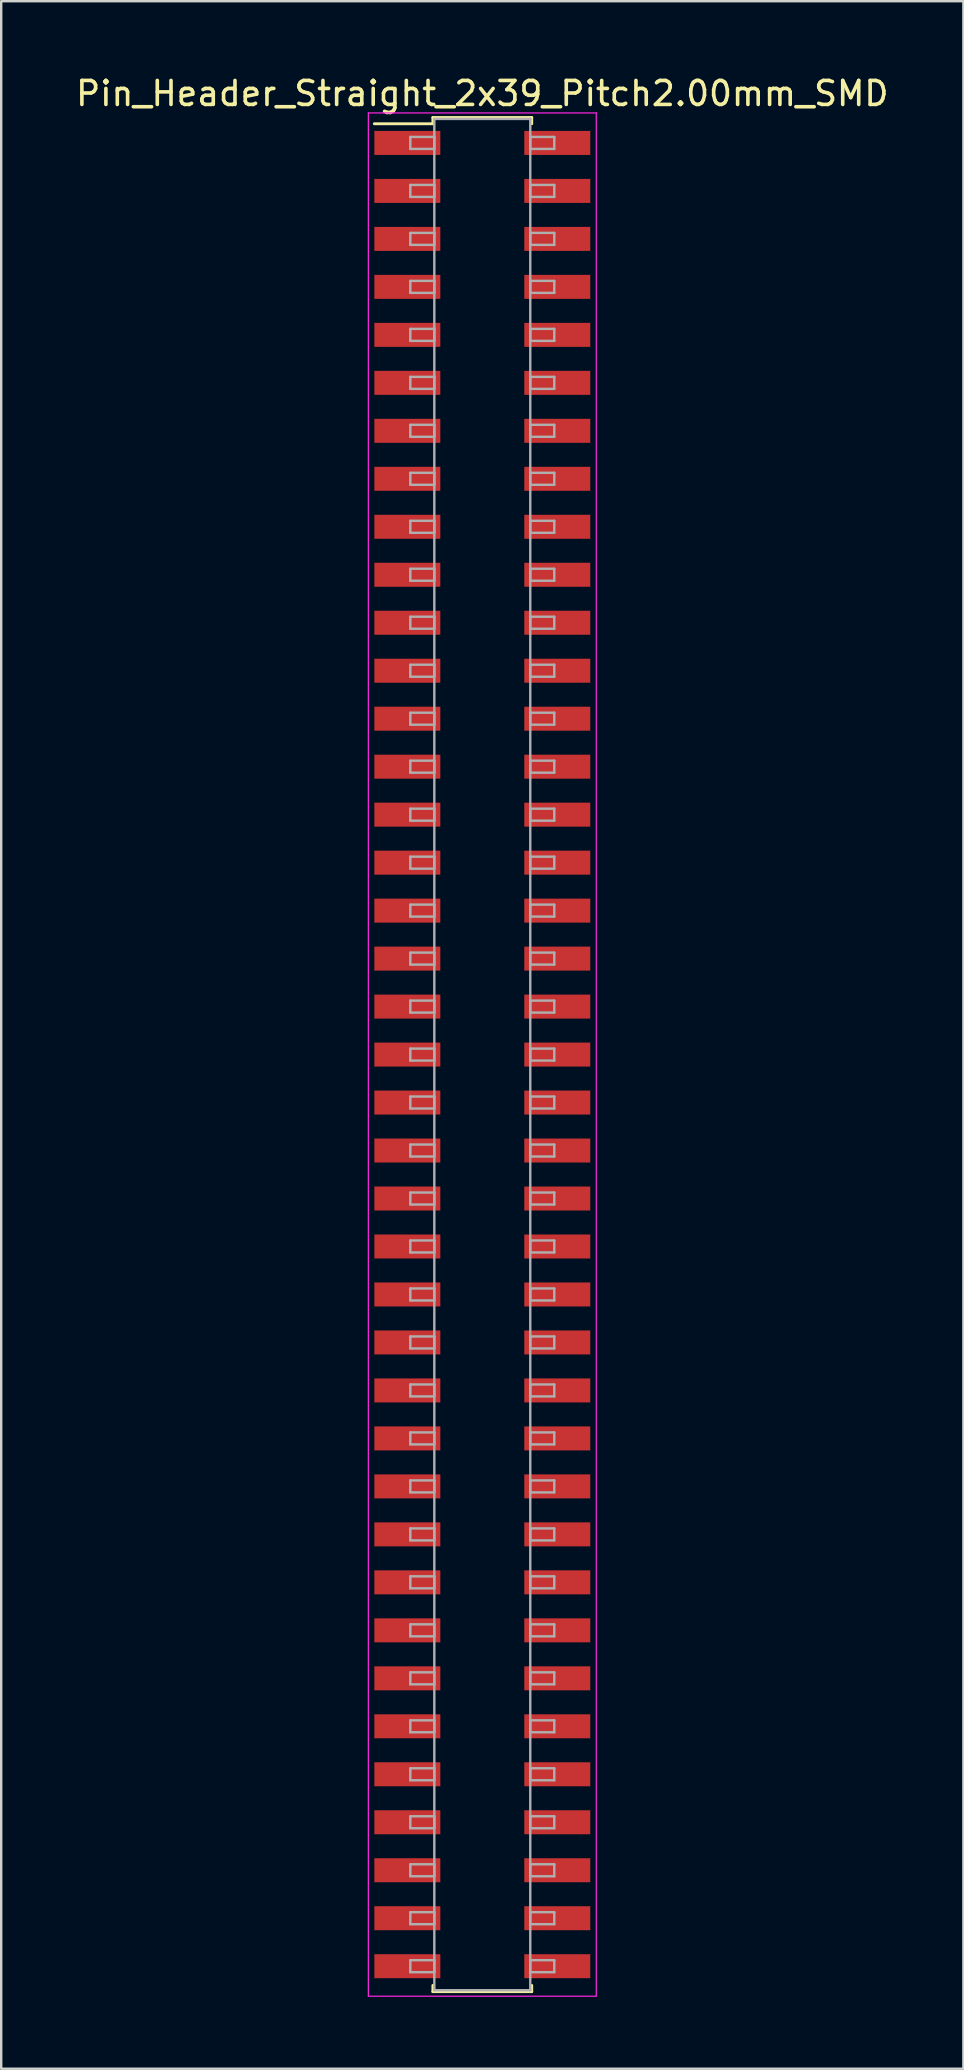
<source format=kicad_pcb>
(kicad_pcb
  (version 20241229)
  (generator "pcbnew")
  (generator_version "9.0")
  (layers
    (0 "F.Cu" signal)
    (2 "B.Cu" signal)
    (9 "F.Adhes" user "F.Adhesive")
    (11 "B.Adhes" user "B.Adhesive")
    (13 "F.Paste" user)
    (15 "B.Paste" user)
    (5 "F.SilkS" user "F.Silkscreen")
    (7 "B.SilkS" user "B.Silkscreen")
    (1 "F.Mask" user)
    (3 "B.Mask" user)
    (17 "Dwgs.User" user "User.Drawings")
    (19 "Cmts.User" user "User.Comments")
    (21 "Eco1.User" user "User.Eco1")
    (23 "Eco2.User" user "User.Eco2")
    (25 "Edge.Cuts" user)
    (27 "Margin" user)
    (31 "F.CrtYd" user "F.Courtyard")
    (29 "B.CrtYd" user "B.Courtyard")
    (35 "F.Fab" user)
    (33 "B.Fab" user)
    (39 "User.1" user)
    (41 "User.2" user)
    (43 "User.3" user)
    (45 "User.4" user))
  (footprint "Pin_Header_Straight_2x39_Pitch2.00mm_SMD"
    (layer "F.Cu")
    (at 17.054 40.908)
    (property "Reference" "Pin_Header_Straight_2x39_Pitch2.00mm_SMD" (at 0 -40.06 0) (layer "F.SilkS") (effects (font (size 1 1) (thickness 0.15))))
    (attr smd)
    (fp_line (start -4.5 -38.8) (end -2.06 -38.8) (stroke (width 0.12) (type solid)) (layer "F.SilkS"))
    (fp_line (start -2.06 -39.06) (end 2.06 -39.06) (stroke (width 0.12) (type solid)) (layer "F.SilkS"))
    (fp_line (start -2.06 -38.8) (end -2.06 -39.06) (stroke (width 0.12) (type solid)) (layer "F.SilkS"))
    (fp_line (start -2.06 38.8) (end -2.06 39.06) (stroke (width 0.12) (type solid)) (layer "F.SilkS"))
    (fp_line (start -2.06 39.06) (end 2.06 39.06) (stroke (width 0.12) (type solid)) (layer "F.SilkS"))
    (fp_line (start 2.06 -39.06) (end 2.06 -38.8) (stroke (width 0.12) (type solid)) (layer "F.SilkS"))
    (fp_line (start 2.06 39.06) (end 2.06 38.8) (stroke (width 0.12) (type solid)) (layer "F.SilkS"))
    (fp_line (start -4.75 -39.25) (end -4.75 39.25) (stroke (width 0.05) (type solid)) (layer "F.CrtYd"))
    (fp_line (start -4.75 39.25) (end 4.75 39.25) (stroke (width 0.05) (type solid)) (layer "F.CrtYd"))
    (fp_line (start 4.75 -39.25) (end -4.75 -39.25) (stroke (width 0.05) (type solid)) (layer "F.CrtYd"))
    (fp_line (start 4.75 39.25) (end 4.75 -39.25) (stroke (width 0.05) (type solid)) (layer "F.CrtYd"))
    (fp_line (start -3 -38.25) (end -2 -38.25) (stroke (width 0.1) (type solid)) (layer "F.Fab"))
    (fp_line (start -3 -37.75) (end -3 -38.25) (stroke (width 0.1) (type solid)) (layer "F.Fab"))
    (fp_line (start -3 -36.25) (end -2 -36.25) (stroke (width 0.1) (type solid)) (layer "F.Fab"))
    (fp_line (start -3 -35.75) (end -3 -36.25) (stroke (width 0.1) (type solid)) (layer "F.Fab"))
    (fp_line (start -3 -34.25) (end -2 -34.25) (stroke (width 0.1) (type solid)) (layer "F.Fab"))
    (fp_line (start -3 -33.75) (end -3 -34.25) (stroke (width 0.1) (type solid)) (layer "F.Fab"))
    (fp_line (start -3 -32.25) (end -2 -32.25) (stroke (width 0.1) (type solid)) (layer "F.Fab"))
    (fp_line (start -3 -31.75) (end -3 -32.25) (stroke (width 0.1) (type solid)) (layer "F.Fab"))
    (fp_line (start -3 -30.25) (end -2 -30.25) (stroke (width 0.1) (type solid)) (layer "F.Fab"))
    (fp_line (start -3 -29.75) (end -3 -30.25) (stroke (width 0.1) (type solid)) (layer "F.Fab"))
    (fp_line (start -3 -28.25) (end -2 -28.25) (stroke (width 0.1) (type solid)) (layer "F.Fab"))
    (fp_line (start -3 -27.75) (end -3 -28.25) (stroke (width 0.1) (type solid)) (layer "F.Fab"))
    (fp_line (start -3 -26.25) (end -2 -26.25) (stroke (width 0.1) (type solid)) (layer "F.Fab"))
    (fp_line (start -3 -25.75) (end -3 -26.25) (stroke (width 0.1) (type solid)) (layer "F.Fab"))
    (fp_line (start -3 -24.25) (end -2 -24.25) (stroke (width 0.1) (type solid)) (layer "F.Fab"))
    (fp_line (start -3 -23.75) (end -3 -24.25) (stroke (width 0.1) (type solid)) (layer "F.Fab"))
    (fp_line (start -3 -22.25) (end -2 -22.25) (stroke (width 0.1) (type solid)) (layer "F.Fab"))
    (fp_line (start -3 -21.75) (end -3 -22.25) (stroke (width 0.1) (type solid)) (layer "F.Fab"))
    (fp_line (start -3 -20.25) (end -2 -20.25) (stroke (width 0.1) (type solid)) (layer "F.Fab"))
    (fp_line (start -3 -19.75) (end -3 -20.25) (stroke (width 0.1) (type solid)) (layer "F.Fab"))
    (fp_line (start -3 -18.25) (end -2 -18.25) (stroke (width 0.1) (type solid)) (layer "F.Fab"))
    (fp_line (start -3 -17.75) (end -3 -18.25) (stroke (width 0.1) (type solid)) (layer "F.Fab"))
    (fp_line (start -3 -16.25) (end -2 -16.25) (stroke (width 0.1) (type solid)) (layer "F.Fab"))
    (fp_line (start -3 -15.75) (end -3 -16.25) (stroke (width 0.1) (type solid)) (layer "F.Fab"))
    (fp_line (start -3 -14.25) (end -2 -14.25) (stroke (width 0.1) (type solid)) (layer "F.Fab"))
    (fp_line (start -3 -13.75) (end -3 -14.25) (stroke (width 0.1) (type solid)) (layer "F.Fab"))
    (fp_line (start -3 -12.25) (end -2 -12.25) (stroke (width 0.1) (type solid)) (layer "F.Fab"))
    (fp_line (start -3 -11.75) (end -3 -12.25) (stroke (width 0.1) (type solid)) (layer "F.Fab"))
    (fp_line (start -3 -10.25) (end -2 -10.25) (stroke (width 0.1) (type solid)) (layer "F.Fab"))
    (fp_line (start -3 -9.75) (end -3 -10.25) (stroke (width 0.1) (type solid)) (layer "F.Fab"))
    (fp_line (start -3 -8.25) (end -2 -8.25) (stroke (width 0.1) (type solid)) (layer "F.Fab"))
    (fp_line (start -3 -7.75) (end -3 -8.25) (stroke (width 0.1) (type solid)) (layer "F.Fab"))
    (fp_line (start -3 -6.25) (end -2 -6.25) (stroke (width 0.1) (type solid)) (layer "F.Fab"))
    (fp_line (start -3 -5.75) (end -3 -6.25) (stroke (width 0.1) (type solid)) (layer "F.Fab"))
    (fp_line (start -3 -4.25) (end -2 -4.25) (stroke (width 0.1) (type solid)) (layer "F.Fab"))
    (fp_line (start -3 -3.75) (end -3 -4.25) (stroke (width 0.1) (type solid)) (layer "F.Fab"))
    (fp_line (start -3 -2.25) (end -2 -2.25) (stroke (width 0.1) (type solid)) (layer "F.Fab"))
    (fp_line (start -3 -1.75) (end -3 -2.25) (stroke (width 0.1) (type solid)) (layer "F.Fab"))
    (fp_line (start -3 -0.25) (end -2 -0.25) (stroke (width 0.1) (type solid)) (layer "F.Fab"))
    (fp_line (start -3 0.25) (end -3 -0.25) (stroke (width 0.1) (type solid)) (layer "F.Fab"))
    (fp_line (start -3 1.75) (end -2 1.75) (stroke (width 0.1) (type solid)) (layer "F.Fab"))
    (fp_line (start -3 2.25) (end -3 1.75) (stroke (width 0.1) (type solid)) (layer "F.Fab"))
    (fp_line (start -3 3.75) (end -2 3.75) (stroke (width 0.1) (type solid)) (layer "F.Fab"))
    (fp_line (start -3 4.25) (end -3 3.75) (stroke (width 0.1) (type solid)) (layer "F.Fab"))
    (fp_line (start -3 5.75) (end -2 5.75) (stroke (width 0.1) (type solid)) (layer "F.Fab"))
    (fp_line (start -3 6.25) (end -3 5.75) (stroke (width 0.1) (type solid)) (layer "F.Fab"))
    (fp_line (start -3 7.75) (end -2 7.75) (stroke (width 0.1) (type solid)) (layer "F.Fab"))
    (fp_line (start -3 8.25) (end -3 7.75) (stroke (width 0.1) (type solid)) (layer "F.Fab"))
    (fp_line (start -3 9.75) (end -2 9.75) (stroke (width 0.1) (type solid)) (layer "F.Fab"))
    (fp_line (start -3 10.25) (end -3 9.75) (stroke (width 0.1) (type solid)) (layer "F.Fab"))
    (fp_line (start -3 11.75) (end -2 11.75) (stroke (width 0.1) (type solid)) (layer "F.Fab"))
    (fp_line (start -3 12.25) (end -3 11.75) (stroke (width 0.1) (type solid)) (layer "F.Fab"))
    (fp_line (start -3 13.75) (end -2 13.75) (stroke (width 0.1) (type solid)) (layer "F.Fab"))
    (fp_line (start -3 14.25) (end -3 13.75) (stroke (width 0.1) (type solid)) (layer "F.Fab"))
    (fp_line (start -3 15.75) (end -2 15.75) (stroke (width 0.1) (type solid)) (layer "F.Fab"))
    (fp_line (start -3 16.25) (end -3 15.75) (stroke (width 0.1) (type solid)) (layer "F.Fab"))
    (fp_line (start -3 17.75) (end -2 17.75) (stroke (width 0.1) (type solid)) (layer "F.Fab"))
    (fp_line (start -3 18.25) (end -3 17.75) (stroke (width 0.1) (type solid)) (layer "F.Fab"))
    (fp_line (start -3 19.75) (end -2 19.75) (stroke (width 0.1) (type solid)) (layer "F.Fab"))
    (fp_line (start -3 20.25) (end -3 19.75) (stroke (width 0.1) (type solid)) (layer "F.Fab"))
    (fp_line (start -3 21.75) (end -2 21.75) (stroke (width 0.1) (type solid)) (layer "F.Fab"))
    (fp_line (start -3 22.25) (end -3 21.75) (stroke (width 0.1) (type solid)) (layer "F.Fab"))
    (fp_line (start -3 23.75) (end -2 23.75) (stroke (width 0.1) (type solid)) (layer "F.Fab"))
    (fp_line (start -3 24.25) (end -3 23.75) (stroke (width 0.1) (type solid)) (layer "F.Fab"))
    (fp_line (start -3 25.75) (end -2 25.75) (stroke (width 0.1) (type solid)) (layer "F.Fab"))
    (fp_line (start -3 26.25) (end -3 25.75) (stroke (width 0.1) (type solid)) (layer "F.Fab"))
    (fp_line (start -3 27.75) (end -2 27.75) (stroke (width 0.1) (type solid)) (layer "F.Fab"))
    (fp_line (start -3 28.25) (end -3 27.75) (stroke (width 0.1) (type solid)) (layer "F.Fab"))
    (fp_line (start -3 29.75) (end -2 29.75) (stroke (width 0.1) (type solid)) (layer "F.Fab"))
    (fp_line (start -3 30.25) (end -3 29.75) (stroke (width 0.1) (type solid)) (layer "F.Fab"))
    (fp_line (start -3 31.75) (end -2 31.75) (stroke (width 0.1) (type solid)) (layer "F.Fab"))
    (fp_line (start -3 32.25) (end -3 31.75) (stroke (width 0.1) (type solid)) (layer "F.Fab"))
    (fp_line (start -3 33.75) (end -2 33.75) (stroke (width 0.1) (type solid)) (layer "F.Fab"))
    (fp_line (start -3 34.25) (end -3 33.75) (stroke (width 0.1) (type solid)) (layer "F.Fab"))
    (fp_line (start -3 35.75) (end -2 35.75) (stroke (width 0.1) (type solid)) (layer "F.Fab"))
    (fp_line (start -3 36.25) (end -3 35.75) (stroke (width 0.1) (type solid)) (layer "F.Fab"))
    (fp_line (start -3 37.75) (end -2 37.75) (stroke (width 0.1) (type solid)) (layer "F.Fab"))
    (fp_line (start -3 38.25) (end -3 37.75) (stroke (width 0.1) (type solid)) (layer "F.Fab"))
    (fp_line (start -2 -39) (end -2 39) (stroke (width 0.1) (type solid)) (layer "F.Fab"))
    (fp_line (start -2 -38.25) (end -2 -37.75) (stroke (width 0.1) (type solid)) (layer "F.Fab"))
    (fp_line (start -2 -37.75) (end -3 -37.75) (stroke (width 0.1) (type solid)) (layer "F.Fab"))
    (fp_line (start -2 -36.25) (end -2 -35.75) (stroke (width 0.1) (type solid)) (layer "F.Fab"))
    (fp_line (start -2 -35.75) (end -3 -35.75) (stroke (width 0.1) (type solid)) (layer "F.Fab"))
    (fp_line (start -2 -34.25) (end -2 -33.75) (stroke (width 0.1) (type solid)) (layer "F.Fab"))
    (fp_line (start -2 -33.75) (end -3 -33.75) (stroke (width 0.1) (type solid)) (layer "F.Fab"))
    (fp_line (start -2 -32.25) (end -2 -31.75) (stroke (width 0.1) (type solid)) (layer "F.Fab"))
    (fp_line (start -2 -31.75) (end -3 -31.75) (stroke (width 0.1) (type solid)) (layer "F.Fab"))
    (fp_line (start -2 -30.25) (end -2 -29.75) (stroke (width 0.1) (type solid)) (layer "F.Fab"))
    (fp_line (start -2 -29.75) (end -3 -29.75) (stroke (width 0.1) (type solid)) (layer "F.Fab"))
    (fp_line (start -2 -28.25) (end -2 -27.75) (stroke (width 0.1) (type solid)) (layer "F.Fab"))
    (fp_line (start -2 -27.75) (end -3 -27.75) (stroke (width 0.1) (type solid)) (layer "F.Fab"))
    (fp_line (start -2 -26.25) (end -2 -25.75) (stroke (width 0.1) (type solid)) (layer "F.Fab"))
    (fp_line (start -2 -25.75) (end -3 -25.75) (stroke (width 0.1) (type solid)) (layer "F.Fab"))
    (fp_line (start -2 -24.25) (end -2 -23.75) (stroke (width 0.1) (type solid)) (layer "F.Fab"))
    (fp_line (start -2 -23.75) (end -3 -23.75) (stroke (width 0.1) (type solid)) (layer "F.Fab"))
    (fp_line (start -2 -22.25) (end -2 -21.75) (stroke (width 0.1) (type solid)) (layer "F.Fab"))
    (fp_line (start -2 -21.75) (end -3 -21.75) (stroke (width 0.1) (type solid)) (layer "F.Fab"))
    (fp_line (start -2 -20.25) (end -2 -19.75) (stroke (width 0.1) (type solid)) (layer "F.Fab"))
    (fp_line (start -2 -19.75) (end -3 -19.75) (stroke (width 0.1) (type solid)) (layer "F.Fab"))
    (fp_line (start -2 -18.25) (end -2 -17.75) (stroke (width 0.1) (type solid)) (layer "F.Fab"))
    (fp_line (start -2 -17.75) (end -3 -17.75) (stroke (width 0.1) (type solid)) (layer "F.Fab"))
    (fp_line (start -2 -16.25) (end -2 -15.75) (stroke (width 0.1) (type solid)) (layer "F.Fab"))
    (fp_line (start -2 -15.75) (end -3 -15.75) (stroke (width 0.1) (type solid)) (layer "F.Fab"))
    (fp_line (start -2 -14.25) (end -2 -13.75) (stroke (width 0.1) (type solid)) (layer "F.Fab"))
    (fp_line (start -2 -13.75) (end -3 -13.75) (stroke (width 0.1) (type solid)) (layer "F.Fab"))
    (fp_line (start -2 -12.25) (end -2 -11.75) (stroke (width 0.1) (type solid)) (layer "F.Fab"))
    (fp_line (start -2 -11.75) (end -3 -11.75) (stroke (width 0.1) (type solid)) (layer "F.Fab"))
    (fp_line (start -2 -10.25) (end -2 -9.75) (stroke (width 0.1) (type solid)) (layer "F.Fab"))
    (fp_line (start -2 -9.75) (end -3 -9.75) (stroke (width 0.1) (type solid)) (layer "F.Fab"))
    (fp_line (start -2 -8.25) (end -2 -7.75) (stroke (width 0.1) (type solid)) (layer "F.Fab"))
    (fp_line (start -2 -7.75) (end -3 -7.75) (stroke (width 0.1) (type solid)) (layer "F.Fab"))
    (fp_line (start -2 -6.25) (end -2 -5.75) (stroke (width 0.1) (type solid)) (layer "F.Fab"))
    (fp_line (start -2 -5.75) (end -3 -5.75) (stroke (width 0.1) (type solid)) (layer "F.Fab"))
    (fp_line (start -2 -4.25) (end -2 -3.75) (stroke (width 0.1) (type solid)) (layer "F.Fab"))
    (fp_line (start -2 -3.75) (end -3 -3.75) (stroke (width 0.1) (type solid)) (layer "F.Fab"))
    (fp_line (start -2 -2.25) (end -2 -1.75) (stroke (width 0.1) (type solid)) (layer "F.Fab"))
    (fp_line (start -2 -1.75) (end -3 -1.75) (stroke (width 0.1) (type solid)) (layer "F.Fab"))
    (fp_line (start -2 -0.25) (end -2 0.25) (stroke (width 0.1) (type solid)) (layer "F.Fab"))
    (fp_line (start -2 0.25) (end -3 0.25) (stroke (width 0.1) (type solid)) (layer "F.Fab"))
    (fp_line (start -2 1.75) (end -2 2.25) (stroke (width 0.1) (type solid)) (layer "F.Fab"))
    (fp_line (start -2 2.25) (end -3 2.25) (stroke (width 0.1) (type solid)) (layer "F.Fab"))
    (fp_line (start -2 3.75) (end -2 4.25) (stroke (width 0.1) (type solid)) (layer "F.Fab"))
    (fp_line (start -2 4.25) (end -3 4.25) (stroke (width 0.1) (type solid)) (layer "F.Fab"))
    (fp_line (start -2 5.75) (end -2 6.25) (stroke (width 0.1) (type solid)) (layer "F.Fab"))
    (fp_line (start -2 6.25) (end -3 6.25) (stroke (width 0.1) (type solid)) (layer "F.Fab"))
    (fp_line (start -2 7.75) (end -2 8.25) (stroke (width 0.1) (type solid)) (layer "F.Fab"))
    (fp_line (start -2 8.25) (end -3 8.25) (stroke (width 0.1) (type solid)) (layer "F.Fab"))
    (fp_line (start -2 9.75) (end -2 10.25) (stroke (width 0.1) (type solid)) (layer "F.Fab"))
    (fp_line (start -2 10.25) (end -3 10.25) (stroke (width 0.1) (type solid)) (layer "F.Fab"))
    (fp_line (start -2 11.75) (end -2 12.25) (stroke (width 0.1) (type solid)) (layer "F.Fab"))
    (fp_line (start -2 12.25) (end -3 12.25) (stroke (width 0.1) (type solid)) (layer "F.Fab"))
    (fp_line (start -2 13.75) (end -2 14.25) (stroke (width 0.1) (type solid)) (layer "F.Fab"))
    (fp_line (start -2 14.25) (end -3 14.25) (stroke (width 0.1) (type solid)) (layer "F.Fab"))
    (fp_line (start -2 15.75) (end -2 16.25) (stroke (width 0.1) (type solid)) (layer "F.Fab"))
    (fp_line (start -2 16.25) (end -3 16.25) (stroke (width 0.1) (type solid)) (layer "F.Fab"))
    (fp_line (start -2 17.75) (end -2 18.25) (stroke (width 0.1) (type solid)) (layer "F.Fab"))
    (fp_line (start -2 18.25) (end -3 18.25) (stroke (width 0.1) (type solid)) (layer "F.Fab"))
    (fp_line (start -2 19.75) (end -2 20.25) (stroke (width 0.1) (type solid)) (layer "F.Fab"))
    (fp_line (start -2 20.25) (end -3 20.25) (stroke (width 0.1) (type solid)) (layer "F.Fab"))
    (fp_line (start -2 21.75) (end -2 22.25) (stroke (width 0.1) (type solid)) (layer "F.Fab"))
    (fp_line (start -2 22.25) (end -3 22.25) (stroke (width 0.1) (type solid)) (layer "F.Fab"))
    (fp_line (start -2 23.75) (end -2 24.25) (stroke (width 0.1) (type solid)) (layer "F.Fab"))
    (fp_line (start -2 24.25) (end -3 24.25) (stroke (width 0.1) (type solid)) (layer "F.Fab"))
    (fp_line (start -2 25.75) (end -2 26.25) (stroke (width 0.1) (type solid)) (layer "F.Fab"))
    (fp_line (start -2 26.25) (end -3 26.25) (stroke (width 0.1) (type solid)) (layer "F.Fab"))
    (fp_line (start -2 27.75) (end -2 28.25) (stroke (width 0.1) (type solid)) (layer "F.Fab"))
    (fp_line (start -2 28.25) (end -3 28.25) (stroke (width 0.1) (type solid)) (layer "F.Fab"))
    (fp_line (start -2 29.75) (end -2 30.25) (stroke (width 0.1) (type solid)) (layer "F.Fab"))
    (fp_line (start -2 30.25) (end -3 30.25) (stroke (width 0.1) (type solid)) (layer "F.Fab"))
    (fp_line (start -2 31.75) (end -2 32.25) (stroke (width 0.1) (type solid)) (layer "F.Fab"))
    (fp_line (start -2 32.25) (end -3 32.25) (stroke (width 0.1) (type solid)) (layer "F.Fab"))
    (fp_line (start -2 33.75) (end -2 34.25) (stroke (width 0.1) (type solid)) (layer "F.Fab"))
    (fp_line (start -2 34.25) (end -3 34.25) (stroke (width 0.1) (type solid)) (layer "F.Fab"))
    (fp_line (start -2 35.75) (end -2 36.25) (stroke (width 0.1) (type solid)) (layer "F.Fab"))
    (fp_line (start -2 36.25) (end -3 36.25) (stroke (width 0.1) (type solid)) (layer "F.Fab"))
    (fp_line (start -2 37.75) (end -2 38.25) (stroke (width 0.1) (type solid)) (layer "F.Fab"))
    (fp_line (start -2 38.25) (end -3 38.25) (stroke (width 0.1) (type solid)) (layer "F.Fab"))
    (fp_line (start -2 39) (end 2 39) (stroke (width 0.1) (type solid)) (layer "F.Fab"))
    (fp_line (start 2 -39) (end -2 -39) (stroke (width 0.1) (type solid)) (layer "F.Fab"))
    (fp_line (start 2 -38.25) (end 2 -37.75) (stroke (width 0.1) (type solid)) (layer "F.Fab"))
    (fp_line (start 2 -37.75) (end 3 -37.75) (stroke (width 0.1) (type solid)) (layer "F.Fab"))
    (fp_line (start 2 -36.25) (end 2 -35.75) (stroke (width 0.1) (type solid)) (layer "F.Fab"))
    (fp_line (start 2 -35.75) (end 3 -35.75) (stroke (width 0.1) (type solid)) (layer "F.Fab"))
    (fp_line (start 2 -34.25) (end 2 -33.75) (stroke (width 0.1) (type solid)) (layer "F.Fab"))
    (fp_line (start 2 -33.75) (end 3 -33.75) (stroke (width 0.1) (type solid)) (layer "F.Fab"))
    (fp_line (start 2 -32.25) (end 2 -31.75) (stroke (width 0.1) (type solid)) (layer "F.Fab"))
    (fp_line (start 2 -31.75) (end 3 -31.75) (stroke (width 0.1) (type solid)) (layer "F.Fab"))
    (fp_line (start 2 -30.25) (end 2 -29.75) (stroke (width 0.1) (type solid)) (layer "F.Fab"))
    (fp_line (start 2 -29.75) (end 3 -29.75) (stroke (width 0.1) (type solid)) (layer "F.Fab"))
    (fp_line (start 2 -28.25) (end 2 -27.75) (stroke (width 0.1) (type solid)) (layer "F.Fab"))
    (fp_line (start 2 -27.75) (end 3 -27.75) (stroke (width 0.1) (type solid)) (layer "F.Fab"))
    (fp_line (start 2 -26.25) (end 2 -25.75) (stroke (width 0.1) (type solid)) (layer "F.Fab"))
    (fp_line (start 2 -25.75) (end 3 -25.75) (stroke (width 0.1) (type solid)) (layer "F.Fab"))
    (fp_line (start 2 -24.25) (end 2 -23.75) (stroke (width 0.1) (type solid)) (layer "F.Fab"))
    (fp_line (start 2 -23.75) (end 3 -23.75) (stroke (width 0.1) (type solid)) (layer "F.Fab"))
    (fp_line (start 2 -22.25) (end 2 -21.75) (stroke (width 0.1) (type solid)) (layer "F.Fab"))
    (fp_line (start 2 -21.75) (end 3 -21.75) (stroke (width 0.1) (type solid)) (layer "F.Fab"))
    (fp_line (start 2 -20.25) (end 2 -19.75) (stroke (width 0.1) (type solid)) (layer "F.Fab"))
    (fp_line (start 2 -19.75) (end 3 -19.75) (stroke (width 0.1) (type solid)) (layer "F.Fab"))
    (fp_line (start 2 -18.25) (end 2 -17.75) (stroke (width 0.1) (type solid)) (layer "F.Fab"))
    (fp_line (start 2 -17.75) (end 3 -17.75) (stroke (width 0.1) (type solid)) (layer "F.Fab"))
    (fp_line (start 2 -16.25) (end 2 -15.75) (stroke (width 0.1) (type solid)) (layer "F.Fab"))
    (fp_line (start 2 -15.75) (end 3 -15.75) (stroke (width 0.1) (type solid)) (layer "F.Fab"))
    (fp_line (start 2 -14.25) (end 2 -13.75) (stroke (width 0.1) (type solid)) (layer "F.Fab"))
    (fp_line (start 2 -13.75) (end 3 -13.75) (stroke (width 0.1) (type solid)) (layer "F.Fab"))
    (fp_line (start 2 -12.25) (end 2 -11.75) (stroke (width 0.1) (type solid)) (layer "F.Fab"))
    (fp_line (start 2 -11.75) (end 3 -11.75) (stroke (width 0.1) (type solid)) (layer "F.Fab"))
    (fp_line (start 2 -10.25) (end 2 -9.75) (stroke (width 0.1) (type solid)) (layer "F.Fab"))
    (fp_line (start 2 -9.75) (end 3 -9.75) (stroke (width 0.1) (type solid)) (layer "F.Fab"))
    (fp_line (start 2 -8.25) (end 2 -7.75) (stroke (width 0.1) (type solid)) (layer "F.Fab"))
    (fp_line (start 2 -7.75) (end 3 -7.75) (stroke (width 0.1) (type solid)) (layer "F.Fab"))
    (fp_line (start 2 -6.25) (end 2 -5.75) (stroke (width 0.1) (type solid)) (layer "F.Fab"))
    (fp_line (start 2 -5.75) (end 3 -5.75) (stroke (width 0.1) (type solid)) (layer "F.Fab"))
    (fp_line (start 2 -4.25) (end 2 -3.75) (stroke (width 0.1) (type solid)) (layer "F.Fab"))
    (fp_line (start 2 -3.75) (end 3 -3.75) (stroke (width 0.1) (type solid)) (layer "F.Fab"))
    (fp_line (start 2 -2.25) (end 2 -1.75) (stroke (width 0.1) (type solid)) (layer "F.Fab"))
    (fp_line (start 2 -1.75) (end 3 -1.75) (stroke (width 0.1) (type solid)) (layer "F.Fab"))
    (fp_line (start 2 -0.25) (end 2 0.25) (stroke (width 0.1) (type solid)) (layer "F.Fab"))
    (fp_line (start 2 0.25) (end 3 0.25) (stroke (width 0.1) (type solid)) (layer "F.Fab"))
    (fp_line (start 2 1.75) (end 2 2.25) (stroke (width 0.1) (type solid)) (layer "F.Fab"))
    (fp_line (start 2 2.25) (end 3 2.25) (stroke (width 0.1) (type solid)) (layer "F.Fab"))
    (fp_line (start 2 3.75) (end 2 4.25) (stroke (width 0.1) (type solid)) (layer "F.Fab"))
    (fp_line (start 2 4.25) (end 3 4.25) (stroke (width 0.1) (type solid)) (layer "F.Fab"))
    (fp_line (start 2 5.75) (end 2 6.25) (stroke (width 0.1) (type solid)) (layer "F.Fab"))
    (fp_line (start 2 6.25) (end 3 6.25) (stroke (width 0.1) (type solid)) (layer "F.Fab"))
    (fp_line (start 2 7.75) (end 2 8.25) (stroke (width 0.1) (type solid)) (layer "F.Fab"))
    (fp_line (start 2 8.25) (end 3 8.25) (stroke (width 0.1) (type solid)) (layer "F.Fab"))
    (fp_line (start 2 9.75) (end 2 10.25) (stroke (width 0.1) (type solid)) (layer "F.Fab"))
    (fp_line (start 2 10.25) (end 3 10.25) (stroke (width 0.1) (type solid)) (layer "F.Fab"))
    (fp_line (start 2 11.75) (end 2 12.25) (stroke (width 0.1) (type solid)) (layer "F.Fab"))
    (fp_line (start 2 12.25) (end 3 12.25) (stroke (width 0.1) (type solid)) (layer "F.Fab"))
    (fp_line (start 2 13.75) (end 2 14.25) (stroke (width 0.1) (type solid)) (layer "F.Fab"))
    (fp_line (start 2 14.25) (end 3 14.25) (stroke (width 0.1) (type solid)) (layer "F.Fab"))
    (fp_line (start 2 15.75) (end 2 16.25) (stroke (width 0.1) (type solid)) (layer "F.Fab"))
    (fp_line (start 2 16.25) (end 3 16.25) (stroke (width 0.1) (type solid)) (layer "F.Fab"))
    (fp_line (start 2 17.75) (end 2 18.25) (stroke (width 0.1) (type solid)) (layer "F.Fab"))
    (fp_line (start 2 18.25) (end 3 18.25) (stroke (width 0.1) (type solid)) (layer "F.Fab"))
    (fp_line (start 2 19.75) (end 2 20.25) (stroke (width 0.1) (type solid)) (layer "F.Fab"))
    (fp_line (start 2 20.25) (end 3 20.25) (stroke (width 0.1) (type solid)) (layer "F.Fab"))
    (fp_line (start 2 21.75) (end 2 22.25) (stroke (width 0.1) (type solid)) (layer "F.Fab"))
    (fp_line (start 2 22.25) (end 3 22.25) (stroke (width 0.1) (type solid)) (layer "F.Fab"))
    (fp_line (start 2 23.75) (end 2 24.25) (stroke (width 0.1) (type solid)) (layer "F.Fab"))
    (fp_line (start 2 24.25) (end 3 24.25) (stroke (width 0.1) (type solid)) (layer "F.Fab"))
    (fp_line (start 2 25.75) (end 2 26.25) (stroke (width 0.1) (type solid)) (layer "F.Fab"))
    (fp_line (start 2 26.25) (end 3 26.25) (stroke (width 0.1) (type solid)) (layer "F.Fab"))
    (fp_line (start 2 27.75) (end 2 28.25) (stroke (width 0.1) (type solid)) (layer "F.Fab"))
    (fp_line (start 2 28.25) (end 3 28.25) (stroke (width 0.1) (type solid)) (layer "F.Fab"))
    (fp_line (start 2 29.75) (end 2 30.25) (stroke (width 0.1) (type solid)) (layer "F.Fab"))
    (fp_line (start 2 30.25) (end 3 30.25) (stroke (width 0.1) (type solid)) (layer "F.Fab"))
    (fp_line (start 2 31.75) (end 2 32.25) (stroke (width 0.1) (type solid)) (layer "F.Fab"))
    (fp_line (start 2 32.25) (end 3 32.25) (stroke (width 0.1) (type solid)) (layer "F.Fab"))
    (fp_line (start 2 33.75) (end 2 34.25) (stroke (width 0.1) (type solid)) (layer "F.Fab"))
    (fp_line (start 2 34.25) (end 3 34.25) (stroke (width 0.1) (type solid)) (layer "F.Fab"))
    (fp_line (start 2 35.75) (end 2 36.25) (stroke (width 0.1) (type solid)) (layer "F.Fab"))
    (fp_line (start 2 36.25) (end 3 36.25) (stroke (width 0.1) (type solid)) (layer "F.Fab"))
    (fp_line (start 2 37.75) (end 2 38.25) (stroke (width 0.1) (type solid)) (layer "F.Fab"))
    (fp_line (start 2 38.25) (end 3 38.25) (stroke (width 0.1) (type solid)) (layer "F.Fab"))
    (fp_line (start 2 39) (end 2 -39) (stroke (width 0.1) (type solid)) (layer "F.Fab"))
    (fp_line (start 3 -38.25) (end 2 -38.25) (stroke (width 0.1) (type solid)) (layer "F.Fab"))
    (fp_line (start 3 -37.75) (end 3 -38.25) (stroke (width 0.1) (type solid)) (layer "F.Fab"))
    (fp_line (start 3 -36.25) (end 2 -36.25) (stroke (width 0.1) (type solid)) (layer "F.Fab"))
    (fp_line (start 3 -35.75) (end 3 -36.25) (stroke (width 0.1) (type solid)) (layer "F.Fab"))
    (fp_line (start 3 -34.25) (end 2 -34.25) (stroke (width 0.1) (type solid)) (layer "F.Fab"))
    (fp_line (start 3 -33.75) (end 3 -34.25) (stroke (width 0.1) (type solid)) (layer "F.Fab"))
    (fp_line (start 3 -32.25) (end 2 -32.25) (stroke (width 0.1) (type solid)) (layer "F.Fab"))
    (fp_line (start 3 -31.75) (end 3 -32.25) (stroke (width 0.1) (type solid)) (layer "F.Fab"))
    (fp_line (start 3 -30.25) (end 2 -30.25) (stroke (width 0.1) (type solid)) (layer "F.Fab"))
    (fp_line (start 3 -29.75) (end 3 -30.25) (stroke (width 0.1) (type solid)) (layer "F.Fab"))
    (fp_line (start 3 -28.25) (end 2 -28.25) (stroke (width 0.1) (type solid)) (layer "F.Fab"))
    (fp_line (start 3 -27.75) (end 3 -28.25) (stroke (width 0.1) (type solid)) (layer "F.Fab"))
    (fp_line (start 3 -26.25) (end 2 -26.25) (stroke (width 0.1) (type solid)) (layer "F.Fab"))
    (fp_line (start 3 -25.75) (end 3 -26.25) (stroke (width 0.1) (type solid)) (layer "F.Fab"))
    (fp_line (start 3 -24.25) (end 2 -24.25) (stroke (width 0.1) (type solid)) (layer "F.Fab"))
    (fp_line (start 3 -23.75) (end 3 -24.25) (stroke (width 0.1) (type solid)) (layer "F.Fab"))
    (fp_line (start 3 -22.25) (end 2 -22.25) (stroke (width 0.1) (type solid)) (layer "F.Fab"))
    (fp_line (start 3 -21.75) (end 3 -22.25) (stroke (width 0.1) (type solid)) (layer "F.Fab"))
    (fp_line (start 3 -20.25) (end 2 -20.25) (stroke (width 0.1) (type solid)) (layer "F.Fab"))
    (fp_line (start 3 -19.75) (end 3 -20.25) (stroke (width 0.1) (type solid)) (layer "F.Fab"))
    (fp_line (start 3 -18.25) (end 2 -18.25) (stroke (width 0.1) (type solid)) (layer "F.Fab"))
    (fp_line (start 3 -17.75) (end 3 -18.25) (stroke (width 0.1) (type solid)) (layer "F.Fab"))
    (fp_line (start 3 -16.25) (end 2 -16.25) (stroke (width 0.1) (type solid)) (layer "F.Fab"))
    (fp_line (start 3 -15.75) (end 3 -16.25) (stroke (width 0.1) (type solid)) (layer "F.Fab"))
    (fp_line (start 3 -14.25) (end 2 -14.25) (stroke (width 0.1) (type solid)) (layer "F.Fab"))
    (fp_line (start 3 -13.75) (end 3 -14.25) (stroke (width 0.1) (type solid)) (layer "F.Fab"))
    (fp_line (start 3 -12.25) (end 2 -12.25) (stroke (width 0.1) (type solid)) (layer "F.Fab"))
    (fp_line (start 3 -11.75) (end 3 -12.25) (stroke (width 0.1) (type solid)) (layer "F.Fab"))
    (fp_line (start 3 -10.25) (end 2 -10.25) (stroke (width 0.1) (type solid)) (layer "F.Fab"))
    (fp_line (start 3 -9.75) (end 3 -10.25) (stroke (width 0.1) (type solid)) (layer "F.Fab"))
    (fp_line (start 3 -8.25) (end 2 -8.25) (stroke (width 0.1) (type solid)) (layer "F.Fab"))
    (fp_line (start 3 -7.75) (end 3 -8.25) (stroke (width 0.1) (type solid)) (layer "F.Fab"))
    (fp_line (start 3 -6.25) (end 2 -6.25) (stroke (width 0.1) (type solid)) (layer "F.Fab"))
    (fp_line (start 3 -5.75) (end 3 -6.25) (stroke (width 0.1) (type solid)) (layer "F.Fab"))
    (fp_line (start 3 -4.25) (end 2 -4.25) (stroke (width 0.1) (type solid)) (layer "F.Fab"))
    (fp_line (start 3 -3.75) (end 3 -4.25) (stroke (width 0.1) (type solid)) (layer "F.Fab"))
    (fp_line (start 3 -2.25) (end 2 -2.25) (stroke (width 0.1) (type solid)) (layer "F.Fab"))
    (fp_line (start 3 -1.75) (end 3 -2.25) (stroke (width 0.1) (type solid)) (layer "F.Fab"))
    (fp_line (start 3 -0.25) (end 2 -0.25) (stroke (width 0.1) (type solid)) (layer "F.Fab"))
    (fp_line (start 3 0.25) (end 3 -0.25) (stroke (width 0.1) (type solid)) (layer "F.Fab"))
    (fp_line (start 3 1.75) (end 2 1.75) (stroke (width 0.1) (type solid)) (layer "F.Fab"))
    (fp_line (start 3 2.25) (end 3 1.75) (stroke (width 0.1) (type solid)) (layer "F.Fab"))
    (fp_line (start 3 3.75) (end 2 3.75) (stroke (width 0.1) (type solid)) (layer "F.Fab"))
    (fp_line (start 3 4.25) (end 3 3.75) (stroke (width 0.1) (type solid)) (layer "F.Fab"))
    (fp_line (start 3 5.75) (end 2 5.75) (stroke (width 0.1) (type solid)) (layer "F.Fab"))
    (fp_line (start 3 6.25) (end 3 5.75) (stroke (width 0.1) (type solid)) (layer "F.Fab"))
    (fp_line (start 3 7.75) (end 2 7.75) (stroke (width 0.1) (type solid)) (layer "F.Fab"))
    (fp_line (start 3 8.25) (end 3 7.75) (stroke (width 0.1) (type solid)) (layer "F.Fab"))
    (fp_line (start 3 9.75) (end 2 9.75) (stroke (width 0.1) (type solid)) (layer "F.Fab"))
    (fp_line (start 3 10.25) (end 3 9.75) (stroke (width 0.1) (type solid)) (layer "F.Fab"))
    (fp_line (start 3 11.75) (end 2 11.75) (stroke (width 0.1) (type solid)) (layer "F.Fab"))
    (fp_line (start 3 12.25) (end 3 11.75) (stroke (width 0.1) (type solid)) (layer "F.Fab"))
    (fp_line (start 3 13.75) (end 2 13.75) (stroke (width 0.1) (type solid)) (layer "F.Fab"))
    (fp_line (start 3 14.25) (end 3 13.75) (stroke (width 0.1) (type solid)) (layer "F.Fab"))
    (fp_line (start 3 15.75) (end 2 15.75) (stroke (width 0.1) (type solid)) (layer "F.Fab"))
    (fp_line (start 3 16.25) (end 3 15.75) (stroke (width 0.1) (type solid)) (layer "F.Fab"))
    (fp_line (start 3 17.75) (end 2 17.75) (stroke (width 0.1) (type solid)) (layer "F.Fab"))
    (fp_line (start 3 18.25) (end 3 17.75) (stroke (width 0.1) (type solid)) (layer "F.Fab"))
    (fp_line (start 3 19.75) (end 2 19.75) (stroke (width 0.1) (type solid)) (layer "F.Fab"))
    (fp_line (start 3 20.25) (end 3 19.75) (stroke (width 0.1) (type solid)) (layer "F.Fab"))
    (fp_line (start 3 21.75) (end 2 21.75) (stroke (width 0.1) (type solid)) (layer "F.Fab"))
    (fp_line (start 3 22.25) (end 3 21.75) (stroke (width 0.1) (type solid)) (layer "F.Fab"))
    (fp_line (start 3 23.75) (end 2 23.75) (stroke (width 0.1) (type solid)) (layer "F.Fab"))
    (fp_line (start 3 24.25) (end 3 23.75) (stroke (width 0.1) (type solid)) (layer "F.Fab"))
    (fp_line (start 3 25.75) (end 2 25.75) (stroke (width 0.1) (type solid)) (layer "F.Fab"))
    (fp_line (start 3 26.25) (end 3 25.75) (stroke (width 0.1) (type solid)) (layer "F.Fab"))
    (fp_line (start 3 27.75) (end 2 27.75) (stroke (width 0.1) (type solid)) (layer "F.Fab"))
    (fp_line (start 3 28.25) (end 3 27.75) (stroke (width 0.1) (type solid)) (layer "F.Fab"))
    (fp_line (start 3 29.75) (end 2 29.75) (stroke (width 0.1) (type solid)) (layer "F.Fab"))
    (fp_line (start 3 30.25) (end 3 29.75) (stroke (width 0.1) (type solid)) (layer "F.Fab"))
    (fp_line (start 3 31.75) (end 2 31.75) (stroke (width 0.1) (type solid)) (layer "F.Fab"))
    (fp_line (start 3 32.25) (end 3 31.75) (stroke (width 0.1) (type solid)) (layer "F.Fab"))
    (fp_line (start 3 33.75) (end 2 33.75) (stroke (width 0.1) (type solid)) (layer "F.Fab"))
    (fp_line (start 3 34.25) (end 3 33.75) (stroke (width 0.1) (type solid)) (layer "F.Fab"))
    (fp_line (start 3 35.75) (end 2 35.75) (stroke (width 0.1) (type solid)) (layer "F.Fab"))
    (fp_line (start 3 36.25) (end 3 35.75) (stroke (width 0.1) (type solid)) (layer "F.Fab"))
    (fp_line (start 3 37.75) (end 2 37.75) (stroke (width 0.1) (type solid)) (layer "F.Fab"))
    (fp_line (start 3 38.25) (end 3 37.75) (stroke (width 0.1) (type solid)) (layer "F.Fab"))
    (pad "1" smd rect (at -3.125 -38) (size 2.75 1) (layers "F.Cu" "F.Mask"))
    (pad "2" smd rect (at 3.125 -38) (size 2.75 1) (layers "F.Cu" "F.Mask"))
    (pad "3" smd rect (at -3.125 -36) (size 2.75 1) (layers "F.Cu" "F.Mask"))
    (pad "4" smd rect (at 3.125 -36) (size 2.75 1) (layers "F.Cu" "F.Mask"))
    (pad "5" smd rect (at -3.125 -34) (size 2.75 1) (layers "F.Cu" "F.Mask"))
    (pad "6" smd rect (at 3.125 -34) (size 2.75 1) (layers "F.Cu" "F.Mask"))
    (pad "7" smd rect (at -3.125 -32) (size 2.75 1) (layers "F.Cu" "F.Mask"))
    (pad "8" smd rect (at 3.125 -32) (size 2.75 1) (layers "F.Cu" "F.Mask"))
    (pad "9" smd rect (at -3.125 -30) (size 2.75 1) (layers "F.Cu" "F.Mask"))
    (pad "10" smd rect (at 3.125 -30) (size 2.75 1) (layers "F.Cu" "F.Mask"))
    (pad "11" smd rect (at -3.125 -28) (size 2.75 1) (layers "F.Cu" "F.Mask"))
    (pad "12" smd rect (at 3.125 -28) (size 2.75 1) (layers "F.Cu" "F.Mask"))
    (pad "13" smd rect (at -3.125 -26) (size 2.75 1) (layers "F.Cu" "F.Mask"))
    (pad "14" smd rect (at 3.125 -26) (size 2.75 1) (layers "F.Cu" "F.Mask"))
    (pad "15" smd rect (at -3.125 -24) (size 2.75 1) (layers "F.Cu" "F.Mask"))
    (pad "16" smd rect (at 3.125 -24) (size 2.75 1) (layers "F.Cu" "F.Mask"))
    (pad "17" smd rect (at -3.125 -22) (size 2.75 1) (layers "F.Cu" "F.Mask"))
    (pad "18" smd rect (at 3.125 -22) (size 2.75 1) (layers "F.Cu" "F.Mask"))
    (pad "19" smd rect (at -3.125 -20) (size 2.75 1) (layers "F.Cu" "F.Mask"))
    (pad "20" smd rect (at 3.125 -20) (size 2.75 1) (layers "F.Cu" "F.Mask"))
    (pad "21" smd rect (at -3.125 -18) (size 2.75 1) (layers "F.Cu" "F.Mask"))
    (pad "22" smd rect (at 3.125 -18) (size 2.75 1) (layers "F.Cu" "F.Mask"))
    (pad "23" smd rect (at -3.125 -16) (size 2.75 1) (layers "F.Cu" "F.Mask"))
    (pad "24" smd rect (at 3.125 -16) (size 2.75 1) (layers "F.Cu" "F.Mask"))
    (pad "25" smd rect (at -3.125 -14) (size 2.75 1) (layers "F.Cu" "F.Mask"))
    (pad "26" smd rect (at 3.125 -14) (size 2.75 1) (layers "F.Cu" "F.Mask"))
    (pad "27" smd rect (at -3.125 -12) (size 2.75 1) (layers "F.Cu" "F.Mask"))
    (pad "28" smd rect (at 3.125 -12) (size 2.75 1) (layers "F.Cu" "F.Mask"))
    (pad "29" smd rect (at -3.125 -10) (size 2.75 1) (layers "F.Cu" "F.Mask"))
    (pad "30" smd rect (at 3.125 -10) (size 2.75 1) (layers "F.Cu" "F.Mask"))
    (pad "31" smd rect (at -3.125 -8) (size 2.75 1) (layers "F.Cu" "F.Mask"))
    (pad "32" smd rect (at 3.125 -8) (size 2.75 1) (layers "F.Cu" "F.Mask"))
    (pad "33" smd rect (at -3.125 -6) (size 2.75 1) (layers "F.Cu" "F.Mask"))
    (pad "34" smd rect (at 3.125 -6) (size 2.75 1) (layers "F.Cu" "F.Mask"))
    (pad "35" smd rect (at -3.125 -4) (size 2.75 1) (layers "F.Cu" "F.Mask"))
    (pad "36" smd rect (at 3.125 -4) (size 2.75 1) (layers "F.Cu" "F.Mask"))
    (pad "37" smd rect (at -3.125 -2) (size 2.75 1) (layers "F.Cu" "F.Mask"))
    (pad "38" smd rect (at 3.125 -2) (size 2.75 1) (layers "F.Cu" "F.Mask"))
    (pad "39" smd rect (at -3.125 0) (size 2.75 1) (layers "F.Cu" "F.Mask"))
    (pad "40" smd rect (at 3.125 0) (size 2.75 1) (layers "F.Cu" "F.Mask"))
    (pad "41" smd rect (at -3.125 2) (size 2.75 1) (layers "F.Cu" "F.Mask"))
    (pad "42" smd rect (at 3.125 2) (size 2.75 1) (layers "F.Cu" "F.Mask"))
    (pad "43" smd rect (at -3.125 4) (size 2.75 1) (layers "F.Cu" "F.Mask"))
    (pad "44" smd rect (at 3.125 4) (size 2.75 1) (layers "F.Cu" "F.Mask"))
    (pad "45" smd rect (at -3.125 6) (size 2.75 1) (layers "F.Cu" "F.Mask"))
    (pad "46" smd rect (at 3.125 6) (size 2.75 1) (layers "F.Cu" "F.Mask"))
    (pad "47" smd rect (at -3.125 8) (size 2.75 1) (layers "F.Cu" "F.Mask"))
    (pad "48" smd rect (at 3.125 8) (size 2.75 1) (layers "F.Cu" "F.Mask"))
    (pad "49" smd rect (at -3.125 10) (size 2.75 1) (layers "F.Cu" "F.Mask"))
    (pad "50" smd rect (at 3.125 10) (size 2.75 1) (layers "F.Cu" "F.Mask"))
    (pad "51" smd rect (at -3.125 12) (size 2.75 1) (layers "F.Cu" "F.Mask"))
    (pad "52" smd rect (at 3.125 12) (size 2.75 1) (layers "F.Cu" "F.Mask"))
    (pad "53" smd rect (at -3.125 14) (size 2.75 1) (layers "F.Cu" "F.Mask"))
    (pad "54" smd rect (at 3.125 14) (size 2.75 1) (layers "F.Cu" "F.Mask"))
    (pad "55" smd rect (at -3.125 16) (size 2.75 1) (layers "F.Cu" "F.Mask"))
    (pad "56" smd rect (at 3.125 16) (size 2.75 1) (layers "F.Cu" "F.Mask"))
    (pad "57" smd rect (at -3.125 18) (size 2.75 1) (layers "F.Cu" "F.Mask"))
    (pad "58" smd rect (at 3.125 18) (size 2.75 1) (layers "F.Cu" "F.Mask"))
    (pad "59" smd rect (at -3.125 20) (size 2.75 1) (layers "F.Cu" "F.Mask"))
    (pad "60" smd rect (at 3.125 20) (size 2.75 1) (layers "F.Cu" "F.Mask"))
    (pad "61" smd rect (at -3.125 22) (size 2.75 1) (layers "F.Cu" "F.Mask"))
    (pad "62" smd rect (at 3.125 22) (size 2.75 1) (layers "F.Cu" "F.Mask"))
    (pad "63" smd rect (at -3.125 24) (size 2.75 1) (layers "F.Cu" "F.Mask"))
    (pad "64" smd rect (at 3.125 24) (size 2.75 1) (layers "F.Cu" "F.Mask"))
    (pad "65" smd rect (at -3.125 26) (size 2.75 1) (layers "F.Cu" "F.Mask"))
    (pad "66" smd rect (at 3.125 26) (size 2.75 1) (layers "F.Cu" "F.Mask"))
    (pad "67" smd rect (at -3.125 28) (size 2.75 1) (layers "F.Cu" "F.Mask"))
    (pad "68" smd rect (at 3.125 28) (size 2.75 1) (layers "F.Cu" "F.Mask"))
    (pad "69" smd rect (at -3.125 30) (size 2.75 1) (layers "F.Cu" "F.Mask"))
    (pad "70" smd rect (at 3.125 30) (size 2.75 1) (layers "F.Cu" "F.Mask"))
    (pad "71" smd rect (at -3.125 32) (size 2.75 1) (layers "F.Cu" "F.Mask"))
    (pad "72" smd rect (at 3.125 32) (size 2.75 1) (layers "F.Cu" "F.Mask"))
    (pad "73" smd rect (at -3.125 34) (size 2.75 1) (layers "F.Cu" "F.Mask"))
    (pad "74" smd rect (at 3.125 34) (size 2.75 1) (layers "F.Cu" "F.Mask"))
    (pad "75" smd rect (at -3.125 36) (size 2.75 1) (layers "F.Cu" "F.Mask"))
    (pad "76" smd rect (at 3.125 36) (size 2.75 1) (layers "F.Cu" "F.Mask"))
    (pad "77" smd rect (at -3.125 38) (size 2.75 1) (layers "F.Cu" "F.Mask"))
    (pad "78" smd rect (at 3.125 38) (size 2.75 1) (layers "F.Cu" "F.Mask")))
  (gr_rect
    (start -3 -3)
    (end 37.107 83.183)
    (stroke (width 0.1) (type default))
    (fill no)
    (layer "Edge.Cuts")))
</source>
